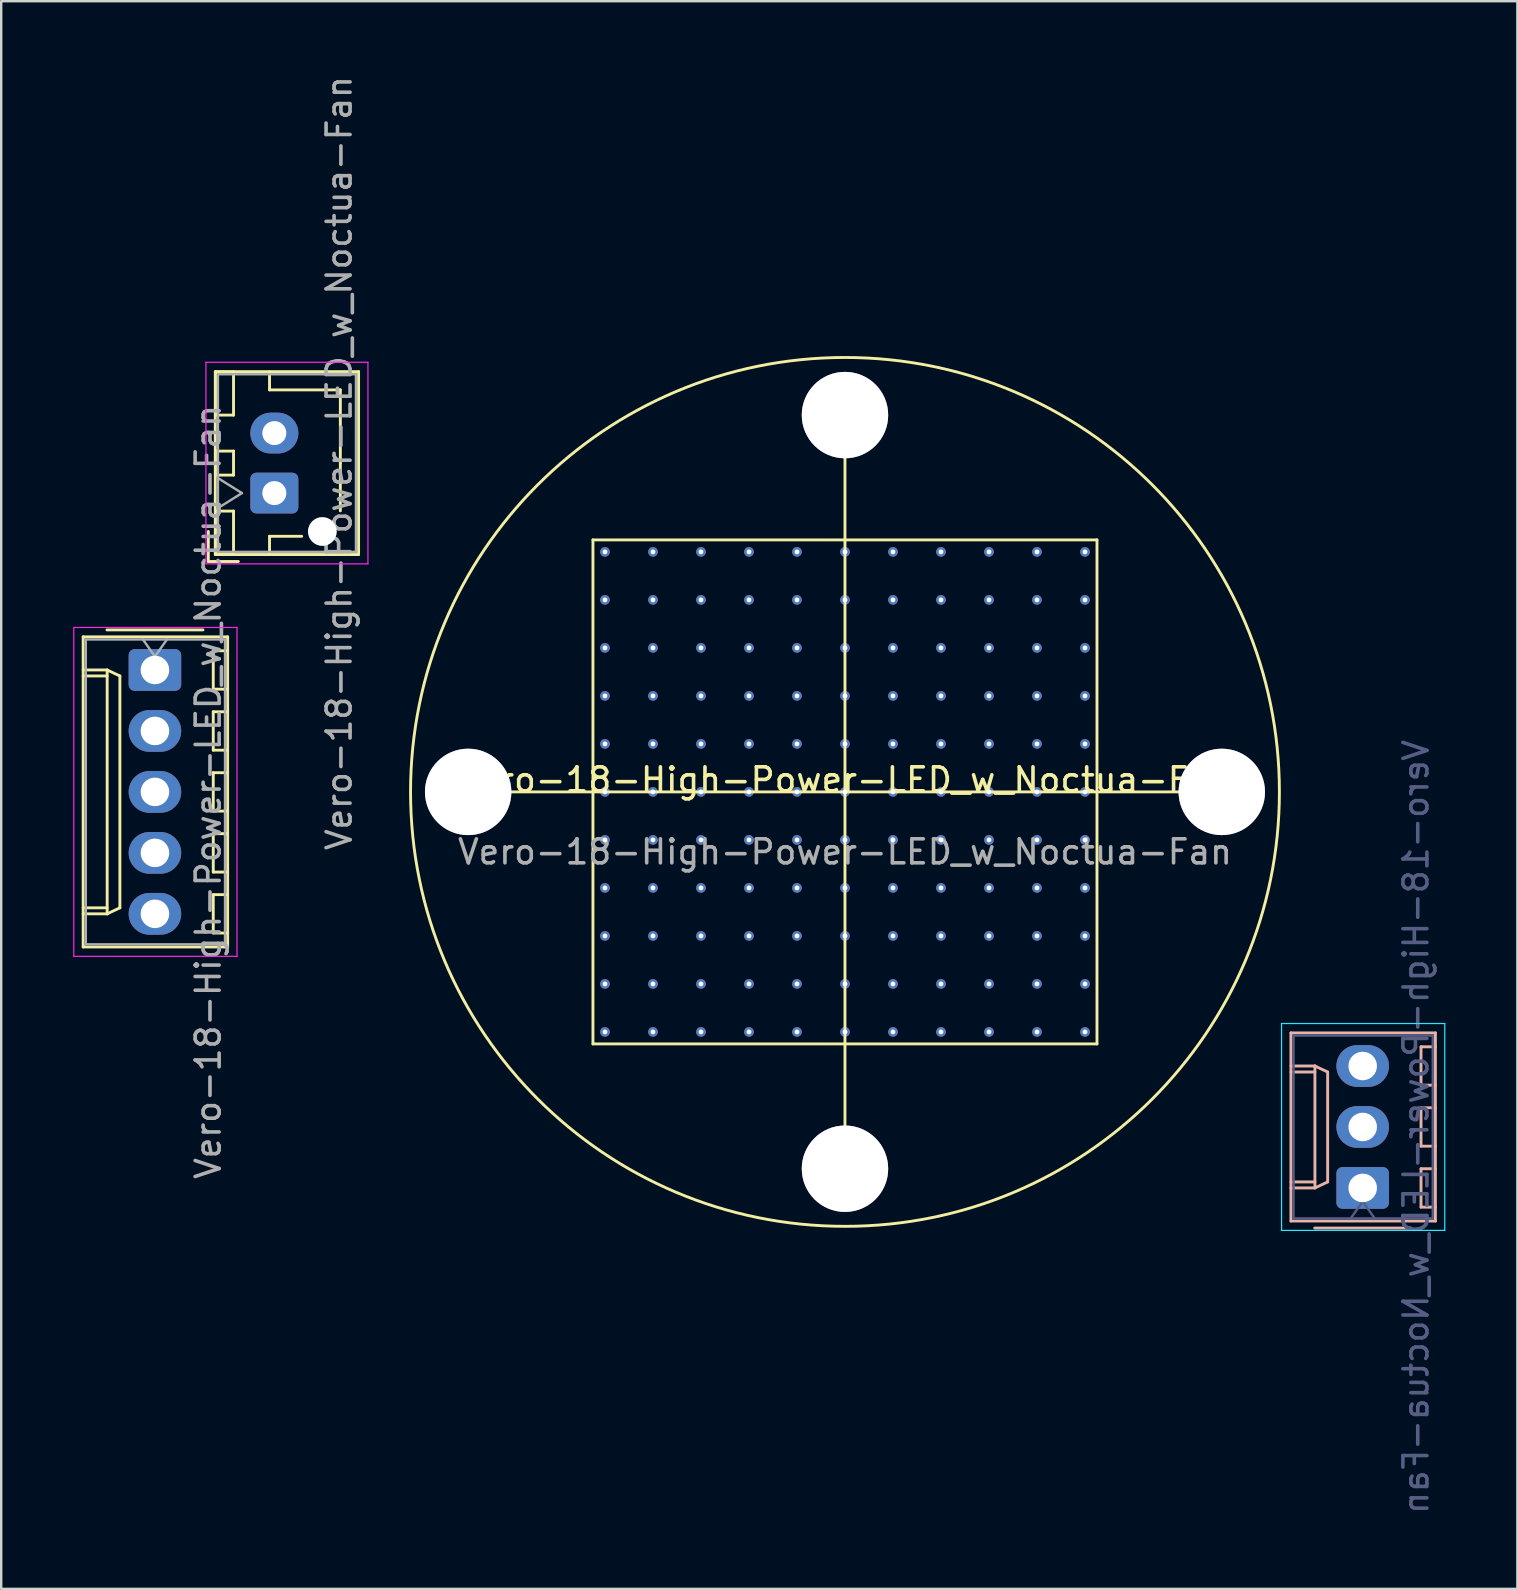
<source format=kicad_pcb>
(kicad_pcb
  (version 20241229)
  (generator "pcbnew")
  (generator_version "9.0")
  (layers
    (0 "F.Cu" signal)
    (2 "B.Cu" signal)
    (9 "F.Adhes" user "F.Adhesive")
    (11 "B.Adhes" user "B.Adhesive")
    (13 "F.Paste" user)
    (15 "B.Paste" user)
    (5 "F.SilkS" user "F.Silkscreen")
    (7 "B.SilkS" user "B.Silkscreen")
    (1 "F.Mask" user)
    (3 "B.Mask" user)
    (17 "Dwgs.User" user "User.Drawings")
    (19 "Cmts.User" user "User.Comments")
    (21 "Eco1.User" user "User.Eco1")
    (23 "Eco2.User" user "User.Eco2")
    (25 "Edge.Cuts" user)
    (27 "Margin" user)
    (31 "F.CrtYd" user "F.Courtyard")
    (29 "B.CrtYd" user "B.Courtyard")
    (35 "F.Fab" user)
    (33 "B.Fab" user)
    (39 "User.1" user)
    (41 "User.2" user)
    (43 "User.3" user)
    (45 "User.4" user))
  (footprint "Vero-18-High-Power-LED_w_Noctua-Fan"
    (layer "F.Cu")
    (at 32.155 29.944)
    (property "Reference" "Vero-18-High-Power-LED_w_Noctua-Fan" (at 0 -0.5 0) (unlocked yes) (layer "F.SilkS") (effects (font (size 1 1) (thickness 0.15))))
    (attr smd)
    (fp_line (start -31.74 -6.46) (end -31.74 6.46) (stroke (width 0.12) (type solid)) (layer "F.SilkS"))
    (fp_line (start -31.74 -5.08) (end -30.74 -5.08) (stroke (width 0.12) (type solid)) (layer "F.SilkS"))
    (fp_line (start -31.74 -4.83) (end -30.74 -4.83) (stroke (width 0.12) (type solid)) (layer "F.SilkS"))
    (fp_line (start -31.74 4.83) (end -30.74 4.83) (stroke (width 0.12) (type solid)) (layer "F.SilkS"))
    (fp_line (start -31.74 6.46) (end -25.72 6.46) (stroke (width 0.12) (type solid)) (layer "F.SilkS"))
    (fp_line (start -30.74 -5.08) (end -30.74 5.08) (stroke (width 0.12) (type solid)) (layer "F.SilkS"))
    (fp_line (start -30.74 -5.08) (end -30.21 -4.83) (stroke (width 0.12) (type solid)) (layer "F.SilkS"))
    (fp_line (start -30.74 5.08) (end -31.74 5.08) (stroke (width 0.12) (type solid)) (layer "F.SilkS"))
    (fp_line (start -30.21 -4.83) (end -30.21 4.83) (stroke (width 0.12) (type solid)) (layer "F.SilkS"))
    (fp_line (start -30.21 4.83) (end -30.74 5.08) (stroke (width 0.12) (type solid)) (layer "F.SilkS"))
    (fp_line (start -26.75 -6.75) (end -30.75 -6.75) (stroke (width 0.12) (type solid)) (layer "F.SilkS"))
    (fp_line (start -26.525 -10.85) (end -26.525 -9.6) (stroke (width 0.12) (type solid)) (layer "F.SilkS"))
    (fp_line (start -26.525 -9.6) (end -25.275 -9.6) (stroke (width 0.12) (type solid)) (layer "F.SilkS"))
    (fp_line (start -26.32 -5.88) (end -26.32 -4.28) (stroke (width 0.12) (type solid)) (layer "F.SilkS"))
    (fp_line (start -26.32 -4.28) (end -25.72 -4.28) (stroke (width 0.12) (type solid)) (layer "F.SilkS"))
    (fp_line (start -26.32 -3.34) (end -26.32 -1.74) (stroke (width 0.12) (type solid)) (layer "F.SilkS"))
    (fp_line (start -26.32 -1.74) (end -25.72 -1.74) (stroke (width 0.12) (type solid)) (layer "F.SilkS"))
    (fp_line (start -26.32 -0.8) (end -26.32 0.8) (stroke (width 0.12) (type solid)) (layer "F.SilkS"))
    (fp_line (start -26.32 0.8) (end -25.72 0.8) (stroke (width 0.12) (type solid)) (layer "F.SilkS"))
    (fp_line (start -26.32 1.74) (end -26.32 3.34) (stroke (width 0.12) (type solid)) (layer "F.SilkS"))
    (fp_line (start -26.32 3.34) (end -25.72 3.34) (stroke (width 0.12) (type solid)) (layer "F.SilkS"))
    (fp_line (start -26.32 4.28) (end -26.32 5.88) (stroke (width 0.12) (type solid)) (layer "F.SilkS"))
    (fp_line (start -26.32 5.88) (end -25.72 5.88) (stroke (width 0.12) (type solid)) (layer "F.SilkS"))
    (fp_line (start -26.235 -17.51) (end -26.235 -9.89) (stroke (width 0.12) (type solid)) (layer "F.SilkS"))
    (fp_line (start -26.235 -9.89) (end -20.265 -9.89) (stroke (width 0.12) (type solid)) (layer "F.SilkS"))
    (fp_line (start -26.225 -17.5) (end -26.225 -15.7) (stroke (width 0.12) (type solid)) (layer "F.SilkS"))
    (fp_line (start -26.225 -15.7) (end -25.475 -15.7) (stroke (width 0.12) (type solid)) (layer "F.SilkS"))
    (fp_line (start -26.225 -14.2) (end -26.225 -13.2) (stroke (width 0.12) (type solid)) (layer "F.SilkS"))
    (fp_line (start -26.225 -13.2) (end -25.475 -13.2) (stroke (width 0.12) (type solid)) (layer "F.SilkS"))
    (fp_line (start -26.225 -11.7) (end -26.225 -9.9) (stroke (width 0.12) (type solid)) (layer "F.SilkS"))
    (fp_line (start -26.225 -9.9) (end -25.475 -9.9) (stroke (width 0.12) (type solid)) (layer "F.SilkS"))
    (fp_line (start -25.72 -6.46) (end -31.74 -6.46) (stroke (width 0.12) (type solid)) (layer "F.SilkS"))
    (fp_line (start -25.72 -5.88) (end -26.32 -5.88) (stroke (width 0.12) (type solid)) (layer "F.SilkS"))
    (fp_line (start -25.72 -3.34) (end -26.32 -3.34) (stroke (width 0.12) (type solid)) (layer "F.SilkS"))
    (fp_line (start -25.72 -0.8) (end -26.32 -0.8) (stroke (width 0.12) (type solid)) (layer "F.SilkS"))
    (fp_line (start -25.72 1.74) (end -26.32 1.74) (stroke (width 0.12) (type solid)) (layer "F.SilkS"))
    (fp_line (start -25.72 4.28) (end -26.32 4.28) (stroke (width 0.12) (type solid)) (layer "F.SilkS"))
    (fp_line (start -25.72 6.46) (end -25.72 -6.46) (stroke (width 0.12) (type solid)) (layer "F.SilkS"))
    (fp_line (start -25.475 -17.5) (end -26.225 -17.5) (stroke (width 0.12) (type solid)) (layer "F.SilkS"))
    (fp_line (start -25.475 -15.7) (end -25.475 -17.5) (stroke (width 0.12) (type solid)) (layer "F.SilkS"))
    (fp_line (start -25.475 -14.2) (end -26.225 -14.2) (stroke (width 0.12) (type solid)) (layer "F.SilkS"))
    (fp_line (start -25.475 -13.2) (end -25.475 -14.2) (stroke (width 0.12) (type solid)) (layer "F.SilkS"))
    (fp_line (start -25.475 -11.7) (end -26.225 -11.7) (stroke (width 0.12) (type solid)) (layer "F.SilkS"))
    (fp_line (start -25.475 -9.9) (end -25.475 -11.7) (stroke (width 0.12) (type solid)) (layer "F.SilkS"))
    (fp_line (start -23.975 -17.5) (end -23.975 -16.75) (stroke (width 0.12) (type solid)) (layer "F.SilkS"))
    (fp_line (start -23.975 -16.75) (end -21.025 -16.75) (stroke (width 0.12) (type solid)) (layer "F.SilkS"))
    (fp_line (start -23.975 -10.65) (end -22.635 -10.65) (stroke (width 0.12) (type solid)) (layer "F.SilkS"))
    (fp_line (start -23.975 -9.9) (end -23.975 -10.65) (stroke (width 0.12) (type solid)) (layer "F.SilkS"))
    (fp_line (start -21.025 -16.75) (end -21.025 -13.7) (stroke (width 0.12) (type solid)) (layer "F.SilkS"))
    (fp_line (start -21.025 -13.7) (end -21.025 -11.71) (stroke (width 0.12) (type solid)) (layer "F.SilkS"))
    (fp_line (start -20.265 -17.51) (end -26.235 -17.51) (stroke (width 0.12) (type solid)) (layer "F.SilkS"))
    (fp_line (start -20.265 -9.89) (end -20.265 -17.51) (stroke (width 0.12) (type solid)) (layer "F.SilkS"))
    (fp_line (start -15.7 0) (end 15.7 0) (stroke (width 0.12) (type solid)) (layer "F.SilkS"))
    (fp_line (start -10.5 -10.5) (end -10.5 10.5) (stroke (width 0.12) (type solid)) (layer "F.SilkS"))
    (fp_line (start -10.5 -10.5) (end 10.5 -10.5) (stroke (width 0.12) (type solid)) (layer "F.SilkS"))
    (fp_line (start -10.5 10.5) (end 10.5 10.5) (stroke (width 0.12) (type solid)) (layer "F.SilkS"))
    (fp_line (start 0 -15.7) (end 0 15.7) (stroke (width 0.12) (type solid)) (layer "F.SilkS"))
    (fp_line (start 10.5 10.5) (end 10.5 -10.5) (stroke (width 0.12) (type solid)) (layer "F.SilkS"))
    (fp_circle (center 0 0) (end 18.1 0) (stroke (width 0.12) (type solid)) (fill no) (layer "F.SilkS"))
    (fp_line (start 18.58 10.04) (end 24.6 10.04) (stroke (width 0.12) (type solid)) (layer "B.SilkS"))
    (fp_line (start 18.58 11.67) (end 19.58 11.67) (stroke (width 0.12) (type solid)) (layer "B.SilkS"))
    (fp_line (start 18.58 16.25) (end 19.58 16.25) (stroke (width 0.12) (type solid)) (layer "B.SilkS"))
    (fp_line (start 18.58 16.5) (end 19.58 16.5) (stroke (width 0.12) (type solid)) (layer "B.SilkS"))
    (fp_line (start 18.58 17.88) (end 18.58 10.04) (stroke (width 0.12) (type solid)) (layer "B.SilkS"))
    (fp_line (start 19.58 11.42) (end 18.58 11.42) (stroke (width 0.12) (type solid)) (layer "B.SilkS"))
    (fp_line (start 19.58 16.5) (end 19.58 11.42) (stroke (width 0.12) (type solid)) (layer "B.SilkS"))
    (fp_line (start 19.58 16.5) (end 20.11 16.25) (stroke (width 0.12) (type solid)) (layer "B.SilkS"))
    (fp_line (start 20.11 11.67) (end 19.58 11.42) (stroke (width 0.12) (type solid)) (layer "B.SilkS"))
    (fp_line (start 20.11 16.25) (end 20.11 11.67) (stroke (width 0.12) (type solid)) (layer "B.SilkS"))
    (fp_line (start 23.57 18.17) (end 19.57 18.17) (stroke (width 0.12) (type solid)) (layer "B.SilkS"))
    (fp_line (start 24 10.62) (end 24.6 10.62) (stroke (width 0.12) (type solid)) (layer "B.SilkS"))
    (fp_line (start 24 12.22) (end 24 10.62) (stroke (width 0.12) (type solid)) (layer "B.SilkS"))
    (fp_line (start 24 13.16) (end 24.6 13.16) (stroke (width 0.12) (type solid)) (layer "B.SilkS"))
    (fp_line (start 24 14.76) (end 24 13.16) (stroke (width 0.12) (type solid)) (layer "B.SilkS"))
    (fp_line (start 24 15.7) (end 24.6 15.7) (stroke (width 0.12) (type solid)) (layer "B.SilkS"))
    (fp_line (start 24 17.3) (end 24 15.7) (stroke (width 0.12) (type solid)) (layer "B.SilkS"))
    (fp_line (start 24.6 10.04) (end 24.6 17.88) (stroke (width 0.12) (type solid)) (layer "B.SilkS"))
    (fp_line (start 24.6 12.22) (end 24 12.22) (stroke (width 0.12) (type solid)) (layer "B.SilkS"))
    (fp_line (start 24.6 14.76) (end 24 14.76) (stroke (width 0.12) (type solid)) (layer "B.SilkS"))
    (fp_line (start 24.6 17.3) (end 24 17.3) (stroke (width 0.12) (type solid)) (layer "B.SilkS"))
    (fp_line (start 24.6 17.88) (end 18.58 17.88) (stroke (width 0.12) (type solid)) (layer "B.SilkS"))
    (fp_line (start 18.19 9.65) (end 24.99 9.65) (stroke (width 0.05) (type solid)) (layer "B.CrtYd"))
    (fp_line (start 18.19 18.27) (end 18.19 9.65) (stroke (width 0.05) (type solid)) (layer "B.CrtYd"))
    (fp_line (start 24.99 9.65) (end 24.99 18.27) (stroke (width 0.05) (type solid)) (layer "B.CrtYd"))
    (fp_line (start 24.99 18.27) (end 18.19 18.27) (stroke (width 0.05) (type solid)) (layer "B.CrtYd"))
    (fp_line (start -32.13 -6.85) (end -32.13 6.85) (stroke (width 0.05) (type solid)) (layer "F.CrtYd"))
    (fp_line (start -32.13 6.85) (end -25.33 6.85) (stroke (width 0.05) (type solid)) (layer "F.CrtYd"))
    (fp_line (start -26.625 -17.9) (end -26.625 -9.5) (stroke (width 0.05) (type solid)) (layer "F.CrtYd"))
    (fp_line (start -26.625 -9.5) (end -19.875 -9.5) (stroke (width 0.05) (type solid)) (layer "F.CrtYd"))
    (fp_line (start -25.33 -6.85) (end -32.13 -6.85) (stroke (width 0.05) (type solid)) (layer "F.CrtYd"))
    (fp_line (start -25.33 6.85) (end -25.33 -6.85) (stroke (width 0.05) (type solid)) (layer "F.CrtYd"))
    (fp_line (start -19.875 -17.9) (end -26.625 -17.9) (stroke (width 0.05) (type solid)) (layer "F.CrtYd"))
    (fp_line (start -19.875 -9.5) (end -19.875 -17.9) (stroke (width 0.05) (type solid)) (layer "F.CrtYd"))
    (fp_line (start 18.69 10.15) (end 24.49 10.15) (stroke (width 0.1) (type solid)) (layer "B.Fab"))
    (fp_line (start 18.69 17.77) (end 18.69 10.15) (stroke (width 0.1) (type solid)) (layer "B.Fab"))
    (fp_line (start 21.57 17.063) (end 21.07 17.77) (stroke (width 0.1) (type solid)) (layer "B.Fab"))
    (fp_line (start 22.07 17.77) (end 21.57 17.063) (stroke (width 0.1) (type solid)) (layer "B.Fab"))
    (fp_line (start 24.49 10.15) (end 24.49 17.77) (stroke (width 0.1) (type solid)) (layer "B.Fab"))
    (fp_line (start 24.49 17.77) (end 18.69 17.77) (stroke (width 0.1) (type solid)) (layer "B.Fab"))
    (fp_line (start -31.63 -6.35) (end -31.63 6.35) (stroke (width 0.1) (type solid)) (layer "F.Fab"))
    (fp_line (start -31.63 6.35) (end -25.83 6.35) (stroke (width 0.1) (type solid)) (layer "F.Fab"))
    (fp_line (start -28.75 -5.643) (end -29.25 -6.35) (stroke (width 0.1) (type solid)) (layer "F.Fab"))
    (fp_line (start -28.25 -6.35) (end -28.75 -5.643) (stroke (width 0.1) (type solid)) (layer "F.Fab"))
    (fp_line (start -26.125 -17.4) (end -26.125 -10) (stroke (width 0.1) (type solid)) (layer "F.Fab"))
    (fp_line (start -26.125 -11.825) (end -25.125 -12.45) (stroke (width 0.1) (type solid)) (layer "F.Fab"))
    (fp_line (start -26.125 -10) (end -20.375 -10) (stroke (width 0.1) (type solid)) (layer "F.Fab"))
    (fp_line (start -25.83 -6.35) (end -31.63 -6.35) (stroke (width 0.1) (type solid)) (layer "F.Fab"))
    (fp_line (start -25.83 6.35) (end -25.83 -6.35) (stroke (width 0.1) (type solid)) (layer "F.Fab"))
    (fp_line (start -25.125 -12.45) (end -26.125 -13.075) (stroke (width 0.1) (type solid)) (layer "F.Fab"))
    (fp_line (start -20.375 -17.4) (end -26.125 -17.4) (stroke (width 0.1) (type solid)) (layer "F.Fab"))
    (fp_line (start -20.375 -10) (end -20.375 -17.4) (stroke (width 0.1) (type solid)) (layer "F.Fab"))
    (fp_text user "${REFERENCE}" (at 23.79 13.96 270) (layer "B.Fab") (effects (font (size 1 1) (thickness 0.15)) (justify mirror)))
    (fp_text user "${REFERENCE}" (at 0 2.5 0) (unlocked yes) (layer "F.Fab") (effects (font (size 1 1) (thickness 0.15))))
    (fp_text user "${REFERENCE}" (at -26.53 0 270) (layer "F.Fab") (effects (font (size 1 1) (thickness 0.15))))
    (fp_text user "${REFERENCE}" (at -21.075 -13.7 90) (layer "F.Fab") (effects (font (size 1 1) (thickness 0.15))))
    (pad "" np_thru_hole circle (at -21.775 -10.85 90) (size 1.2 1.2) (drill 1.2) (layers "*.Cu" "*.Mask"))
    (pad "0" thru_hole circle (at -15.7 0) (size 3.6 3.6) (drill 3.6) (layers "*.Cu" "*.Mask"))
    (pad "0" thru_hole circle (at -10 -10) (size 0.4 0.4) (drill 0.2) (layers "*.Cu" "*.Mask"))
    (pad "0" thru_hole circle (at -10 -8) (size 0.4 0.4) (drill 0.2) (layers "*.Cu" "*.Mask"))
    (pad "0" thru_hole circle (at -10 -6) (size 0.4 0.4) (drill 0.2) (layers "*.Cu" "*.Mask"))
    (pad "0" thru_hole circle (at -10 -4) (size 0.4 0.4) (drill 0.2) (layers "*.Cu" "*.Mask"))
    (pad "0" thru_hole circle (at -10 -2) (size 0.4 0.4) (drill 0.2) (layers "*.Cu" "*.Mask"))
    (pad "0" thru_hole circle (at -10 0) (size 0.4 0.4) (drill 0.2) (layers "*.Cu" "*.Mask"))
    (pad "0" thru_hole circle (at -10 2) (size 0.4 0.4) (drill 0.2) (layers "*.Cu" "*.Mask"))
    (pad "0" thru_hole circle (at -10 4) (size 0.4 0.4) (drill 0.2) (layers "*.Cu" "*.Mask"))
    (pad "0" thru_hole circle (at -10 6) (size 0.4 0.4) (drill 0.2) (layers "*.Cu" "*.Mask"))
    (pad "0" thru_hole circle (at -10 8) (size 0.4 0.4) (drill 0.2) (layers "*.Cu" "*.Mask"))
    (pad "0" thru_hole circle (at -10 10) (size 0.4 0.4) (drill 0.2) (layers "*.Cu" "*.Mask"))
    (pad "0" thru_hole circle (at -8 -10) (size 0.4 0.4) (drill 0.2) (layers "*.Cu" "*.Mask"))
    (pad "0" thru_hole circle (at -8 -8) (size 0.4 0.4) (drill 0.2) (layers "*.Cu" "*.Mask"))
    (pad "0" thru_hole circle (at -8 -6) (size 0.4 0.4) (drill 0.2) (layers "*.Cu" "*.Mask"))
    (pad "0" thru_hole circle (at -8 -4) (size 0.4 0.4) (drill 0.2) (layers "*.Cu" "*.Mask"))
    (pad "0" thru_hole circle (at -8 -2) (size 0.4 0.4) (drill 0.2) (layers "*.Cu" "*.Mask"))
    (pad "0" thru_hole circle (at -8 0) (size 0.4 0.4) (drill 0.2) (layers "*.Cu" "*.Mask"))
    (pad "0" thru_hole circle (at -8 2) (size 0.4 0.4) (drill 0.2) (layers "*.Cu" "*.Mask"))
    (pad "0" thru_hole circle (at -8 4) (size 0.4 0.4) (drill 0.2) (layers "*.Cu" "*.Mask"))
    (pad "0" thru_hole circle (at -8 6) (size 0.4 0.4) (drill 0.2) (layers "*.Cu" "*.Mask"))
    (pad "0" thru_hole circle (at -8 8) (size 0.4 0.4) (drill 0.2) (layers "*.Cu" "*.Mask"))
    (pad "0" thru_hole circle (at -8 10) (size 0.4 0.4) (drill 0.2) (layers "*.Cu" "*.Mask"))
    (pad "0" thru_hole circle (at -6 -10) (size 0.4 0.4) (drill 0.2) (layers "*.Cu" "*.Mask"))
    (pad "0" thru_hole circle (at -6 -8) (size 0.4 0.4) (drill 0.2) (layers "*.Cu" "*.Mask"))
    (pad "0" thru_hole circle (at -6 -6) (size 0.4 0.4) (drill 0.2) (layers "*.Cu" "*.Mask"))
    (pad "0" thru_hole circle (at -6 -4) (size 0.4 0.4) (drill 0.2) (layers "*.Cu" "*.Mask"))
    (pad "0" thru_hole circle (at -6 -2) (size 0.4 0.4) (drill 0.2) (layers "*.Cu" "*.Mask"))
    (pad "0" thru_hole circle (at -6 0) (size 0.4 0.4) (drill 0.2) (layers "*.Cu" "*.Mask"))
    (pad "0" thru_hole circle (at -6 2) (size 0.4 0.4) (drill 0.2) (layers "*.Cu" "*.Mask"))
    (pad "0" thru_hole circle (at -6 4) (size 0.4 0.4) (drill 0.2) (layers "*.Cu" "*.Mask"))
    (pad "0" thru_hole circle (at -6 6) (size 0.4 0.4) (drill 0.2) (layers "*.Cu" "*.Mask"))
    (pad "0" thru_hole circle (at -6 8) (size 0.4 0.4) (drill 0.2) (layers "*.Cu" "*.Mask"))
    (pad "0" thru_hole circle (at -6 10) (size 0.4 0.4) (drill 0.2) (layers "*.Cu" "*.Mask"))
    (pad "0" thru_hole circle (at -4 -10) (size 0.4 0.4) (drill 0.2) (layers "*.Cu" "*.Mask"))
    (pad "0" thru_hole circle (at -4 -8) (size 0.4 0.4) (drill 0.2) (layers "*.Cu" "*.Mask"))
    (pad "0" thru_hole circle (at -4 -6) (size 0.4 0.4) (drill 0.2) (layers "*.Cu" "*.Mask"))
    (pad "0" thru_hole circle (at -4 -4) (size 0.4 0.4) (drill 0.2) (layers "*.Cu" "*.Mask"))
    (pad "0" thru_hole circle (at -4 -2) (size 0.4 0.4) (drill 0.2) (layers "*.Cu" "*.Mask"))
    (pad "0" thru_hole circle (at -4 0) (size 0.4 0.4) (drill 0.2) (layers "*.Cu" "*.Mask"))
    (pad "0" thru_hole circle (at -4 2) (size 0.4 0.4) (drill 0.2) (layers "*.Cu" "*.Mask"))
    (pad "0" thru_hole circle (at -4 4) (size 0.4 0.4) (drill 0.2) (layers "*.Cu" "*.Mask"))
    (pad "0" thru_hole circle (at -4 6) (size 0.4 0.4) (drill 0.2) (layers "*.Cu" "*.Mask"))
    (pad "0" thru_hole circle (at -4 8) (size 0.4 0.4) (drill 0.2) (layers "*.Cu" "*.Mask"))
    (pad "0" thru_hole circle (at -4 10) (size 0.4 0.4) (drill 0.2) (layers "*.Cu" "*.Mask"))
    (pad "0" thru_hole circle (at -2 -10) (size 0.4 0.4) (drill 0.2) (layers "*.Cu" "*.Mask"))
    (pad "0" thru_hole circle (at -2 -8) (size 0.4 0.4) (drill 0.2) (layers "*.Cu" "*.Mask"))
    (pad "0" thru_hole circle (at -2 -6) (size 0.4 0.4) (drill 0.2) (layers "*.Cu" "*.Mask"))
    (pad "0" thru_hole circle (at -2 -4) (size 0.4 0.4) (drill 0.2) (layers "*.Cu" "*.Mask"))
    (pad "0" thru_hole circle (at -2 -2) (size 0.4 0.4) (drill 0.2) (layers "*.Cu" "*.Mask"))
    (pad "0" thru_hole circle (at -2 0) (size 0.4 0.4) (drill 0.2) (layers "*.Cu" "*.Mask"))
    (pad "0" thru_hole circle (at -2 2) (size 0.4 0.4) (drill 0.2) (layers "*.Cu" "*.Mask"))
    (pad "0" thru_hole circle (at -2 4) (size 0.4 0.4) (drill 0.2) (layers "*.Cu" "*.Mask"))
    (pad "0" thru_hole circle (at -2 6) (size 0.4 0.4) (drill 0.2) (layers "*.Cu" "*.Mask"))
    (pad "0" thru_hole circle (at -2 8) (size 0.4 0.4) (drill 0.2) (layers "*.Cu" "*.Mask"))
    (pad "0" thru_hole circle (at -2 10) (size 0.4 0.4) (drill 0.2) (layers "*.Cu" "*.Mask"))
    (pad "0" thru_hole circle (at 0 -15.7) (size 3.6 3.6) (drill 3.6) (layers "*.Cu" "*.Mask"))
    (pad "0" thru_hole circle (at 0 -10) (size 0.4 0.4) (drill 0.2) (layers "*.Cu" "*.Mask"))
    (pad "0" thru_hole circle (at 0 -8) (size 0.4 0.4) (drill 0.2) (layers "*.Cu" "*.Mask"))
    (pad "0" thru_hole circle (at 0 -6) (size 0.4 0.4) (drill 0.2) (layers "*.Cu" "*.Mask"))
    (pad "0" thru_hole circle (at 0 -4) (size 0.4 0.4) (drill 0.2) (layers "*.Cu" "*.Mask"))
    (pad "0" thru_hole circle (at 0 -2) (size 0.4 0.4) (drill 0.2) (layers "*.Cu" "*.Mask"))
    (pad "0" thru_hole circle (at 0 0) (size 0.4 0.4) (drill 0.2) (layers "*.Cu" "*.Mask"))
    (pad "0" thru_hole circle (at 0 2) (size 0.4 0.4) (drill 0.2) (layers "*.Cu" "*.Mask"))
    (pad "0" thru_hole circle (at 0 4) (size 0.4 0.4) (drill 0.2) (layers "*.Cu" "*.Mask"))
    (pad "0" thru_hole circle (at 0 6) (size 0.4 0.4) (drill 0.2) (layers "*.Cu" "*.Mask"))
    (pad "0" thru_hole circle (at 0 8) (size 0.4 0.4) (drill 0.2) (layers "*.Cu" "*.Mask"))
    (pad "0" thru_hole circle (at 0 10) (size 0.4 0.4) (drill 0.2) (layers "*.Cu" "*.Mask"))
    (pad "0" thru_hole circle (at 0 15.7) (size 3.6 3.6) (drill 3.6) (layers "*.Cu" "*.Mask"))
    (pad "0" thru_hole circle (at 2 -10) (size 0.4 0.4) (drill 0.2) (layers "*.Cu" "*.Mask"))
    (pad "0" thru_hole circle (at 2 -8) (size 0.4 0.4) (drill 0.2) (layers "*.Cu" "*.Mask"))
    (pad "0" thru_hole circle (at 2 -6) (size 0.4 0.4) (drill 0.2) (layers "*.Cu" "*.Mask"))
    (pad "0" thru_hole circle (at 2 -4) (size 0.4 0.4) (drill 0.2) (layers "*.Cu" "*.Mask"))
    (pad "0" thru_hole circle (at 2 -2) (size 0.4 0.4) (drill 0.2) (layers "*.Cu" "*.Mask"))
    (pad "0" thru_hole circle (at 2 0) (size 0.4 0.4) (drill 0.2) (layers "*.Cu" "*.Mask"))
    (pad "0" thru_hole circle (at 2 2) (size 0.4 0.4) (drill 0.2) (layers "*.Cu" "*.Mask"))
    (pad "0" thru_hole circle (at 2 4) (size 0.4 0.4) (drill 0.2) (layers "*.Cu" "*.Mask"))
    (pad "0" thru_hole circle (at 2 6) (size 0.4 0.4) (drill 0.2) (layers "*.Cu" "*.Mask"))
    (pad "0" thru_hole circle (at 2 8) (size 0.4 0.4) (drill 0.2) (layers "*.Cu" "*.Mask"))
    (pad "0" thru_hole circle (at 2 10) (size 0.4 0.4) (drill 0.2) (layers "*.Cu" "*.Mask"))
    (pad "0" thru_hole circle (at 4 -10) (size 0.4 0.4) (drill 0.2) (layers "*.Cu" "*.Mask"))
    (pad "0" thru_hole circle (at 4 -8) (size 0.4 0.4) (drill 0.2) (layers "*.Cu" "*.Mask"))
    (pad "0" thru_hole circle (at 4 -6) (size 0.4 0.4) (drill 0.2) (layers "*.Cu" "*.Mask"))
    (pad "0" thru_hole circle (at 4 -4) (size 0.4 0.4) (drill 0.2) (layers "*.Cu" "*.Mask"))
    (pad "0" thru_hole circle (at 4 -2) (size 0.4 0.4) (drill 0.2) (layers "*.Cu" "*.Mask"))
    (pad "0" thru_hole circle (at 4 0) (size 0.4 0.4) (drill 0.2) (layers "*.Cu" "*.Mask"))
    (pad "0" thru_hole circle (at 4 2) (size 0.4 0.4) (drill 0.2) (layers "*.Cu" "*.Mask"))
    (pad "0" thru_hole circle (at 4 4) (size 0.4 0.4) (drill 0.2) (layers "*.Cu" "*.Mask"))
    (pad "0" thru_hole circle (at 4 6) (size 0.4 0.4) (drill 0.2) (layers "*.Cu" "*.Mask"))
    (pad "0" thru_hole circle (at 4 8) (size 0.4 0.4) (drill 0.2) (layers "*.Cu" "*.Mask"))
    (pad "0" thru_hole circle (at 4 10) (size 0.4 0.4) (drill 0.2) (layers "*.Cu" "*.Mask"))
    (pad "0" thru_hole circle (at 6 -10) (size 0.4 0.4) (drill 0.2) (layers "*.Cu" "*.Mask"))
    (pad "0" thru_hole circle (at 6 -8) (size 0.4 0.4) (drill 0.2) (layers "*.Cu" "*.Mask"))
    (pad "0" thru_hole circle (at 6 -6) (size 0.4 0.4) (drill 0.2) (layers "*.Cu" "*.Mask"))
    (pad "0" thru_hole circle (at 6 -4) (size 0.4 0.4) (drill 0.2) (layers "*.Cu" "*.Mask"))
    (pad "0" thru_hole circle (at 6 -2) (size 0.4 0.4) (drill 0.2) (layers "*.Cu" "*.Mask"))
    (pad "0" thru_hole circle (at 6 0) (size 0.4 0.4) (drill 0.2) (layers "*.Cu" "*.Mask"))
    (pad "0" thru_hole circle (at 6 2) (size 0.4 0.4) (drill 0.2) (layers "*.Cu" "*.Mask"))
    (pad "0" thru_hole circle (at 6 4) (size 0.4 0.4) (drill 0.2) (layers "*.Cu" "*.Mask"))
    (pad "0" thru_hole circle (at 6 6) (size 0.4 0.4) (drill 0.2) (layers "*.Cu" "*.Mask"))
    (pad "0" thru_hole circle (at 6 8) (size 0.4 0.4) (drill 0.2) (layers "*.Cu" "*.Mask"))
    (pad "0" thru_hole circle (at 6 10) (size 0.4 0.4) (drill 0.2) (layers "*.Cu" "*.Mask"))
    (pad "0" thru_hole circle (at 8 -10) (size 0.4 0.4) (drill 0.2) (layers "*.Cu" "*.Mask"))
    (pad "0" thru_hole circle (at 8 -8) (size 0.4 0.4) (drill 0.2) (layers "*.Cu" "*.Mask"))
    (pad "0" thru_hole circle (at 8 -6) (size 0.4 0.4) (drill 0.2) (layers "*.Cu" "*.Mask"))
    (pad "0" thru_hole circle (at 8 -4) (size 0.4 0.4) (drill 0.2) (layers "*.Cu" "*.Mask"))
    (pad "0" thru_hole circle (at 8 -2) (size 0.4 0.4) (drill 0.2) (layers "*.Cu" "*.Mask"))
    (pad "0" thru_hole circle (at 8 0) (size 0.4 0.4) (drill 0.2) (layers "*.Cu" "*.Mask"))
    (pad "0" thru_hole circle (at 8 2) (size 0.4 0.4) (drill 0.2) (layers "*.Cu" "*.Mask"))
    (pad "0" thru_hole circle (at 8 4) (size 0.4 0.4) (drill 0.2) (layers "*.Cu" "*.Mask"))
    (pad "0" thru_hole circle (at 8 6) (size 0.4 0.4) (drill 0.2) (layers "*.Cu" "*.Mask"))
    (pad "0" thru_hole circle (at 8 8) (size 0.4 0.4) (drill 0.2) (layers "*.Cu" "*.Mask"))
    (pad "0" thru_hole circle (at 8 10) (size 0.4 0.4) (drill 0.2) (layers "*.Cu" "*.Mask"))
    (pad "0" thru_hole circle (at 10 -10) (size 0.4 0.4) (drill 0.2) (layers "*.Cu" "*.Mask"))
    (pad "0" thru_hole circle (at 10 -8) (size 0.4 0.4) (drill 0.2) (layers "*.Cu" "*.Mask"))
    (pad "0" thru_hole circle (at 10 -6) (size 0.4 0.4) (drill 0.2) (layers "*.Cu" "*.Mask"))
    (pad "0" thru_hole circle (at 10 -4) (size 0.4 0.4) (drill 0.2) (layers "*.Cu" "*.Mask"))
    (pad "0" thru_hole circle (at 10 -2) (size 0.4 0.4) (drill 0.2) (layers "*.Cu" "*.Mask"))
    (pad "0" thru_hole circle (at 10 0) (size 0.4 0.4) (drill 0.2) (layers "*.Cu" "*.Mask"))
    (pad "0" thru_hole circle (at 10 2) (size 0.4 0.4) (drill 0.2) (layers "*.Cu" "*.Mask"))
    (pad "0" thru_hole circle (at 10 4) (size 0.4 0.4) (drill 0.2) (layers "*.Cu" "*.Mask"))
    (pad "0" thru_hole circle (at 10 6) (size 0.4 0.4) (drill 0.2) (layers "*.Cu" "*.Mask"))
    (pad "0" thru_hole circle (at 10 8) (size 0.4 0.4) (drill 0.2) (layers "*.Cu" "*.Mask"))
    (pad "0" thru_hole circle (at 10 10) (size 0.4 0.4) (drill 0.2) (layers "*.Cu" "*.Mask"))
    (pad "0" thru_hole circle (at 15.7 0) (size 3.6 3.6) (drill 3.6) (layers "*.Cu" "*.Mask"))
    (pad "1" thru_hole roundrect (at -28.75 -5.08 270) (size 1.74 2.19) (drill 1.19) (layers "*.Cu" "*.Mask") (roundrect_rratio 0.144))
    (pad "1" thru_hole oval (at 21.57 11.42 270) (size 1.74 2.19) (drill 1.19) (layers "*.Cu" "*.Mask"))
    (pad "2" thru_hole oval (at -28.75 -2.54 270) (size 1.74 2.19) (drill 1.19) (layers "*.Cu" "*.Mask"))
    (pad "2" thru_hole roundrect (at -23.775 -12.45 90) (size 1.7 2) (drill 1) (layers "*.Cu" "*.Mask") (roundrect_rratio 0.147))
    (pad "3" thru_hole oval (at -28.75 0 270) (size 1.74 2.19) (drill 1.19) (layers "*.Cu" "*.Mask"))
    (pad "3" thru_hole oval (at -23.775 -14.95 90) (size 1.7 2) (drill 1) (layers "*.Cu" "*.Mask"))
    (pad "3" thru_hole oval (at 21.57 13.96 270) (size 1.74 2.19) (drill 1.19) (layers "*.Cu" "*.Mask"))
    (pad "4" thru_hole oval (at -28.75 2.54 270) (size 1.74 2.19) (drill 1.19) (layers "*.Cu" "*.Mask"))
    (pad "4" thru_hole roundrect (at 21.57 16.5 270) (size 1.74 2.19) (drill 1.19) (layers "*.Cu" "*.Mask") (roundrect_rratio 0.144))
    (pad "5" thru_hole oval (at -28.75 5.08 270) (size 1.74 2.19) (drill 1.19) (layers "*.Cu" "*.Mask")))
  (gr_rect
    (start -3 -3)
    (end 60.17 63.148)
    (stroke (width 0.1) (type default))
    (fill no)
    (layer "Edge.Cuts")))
</source>
